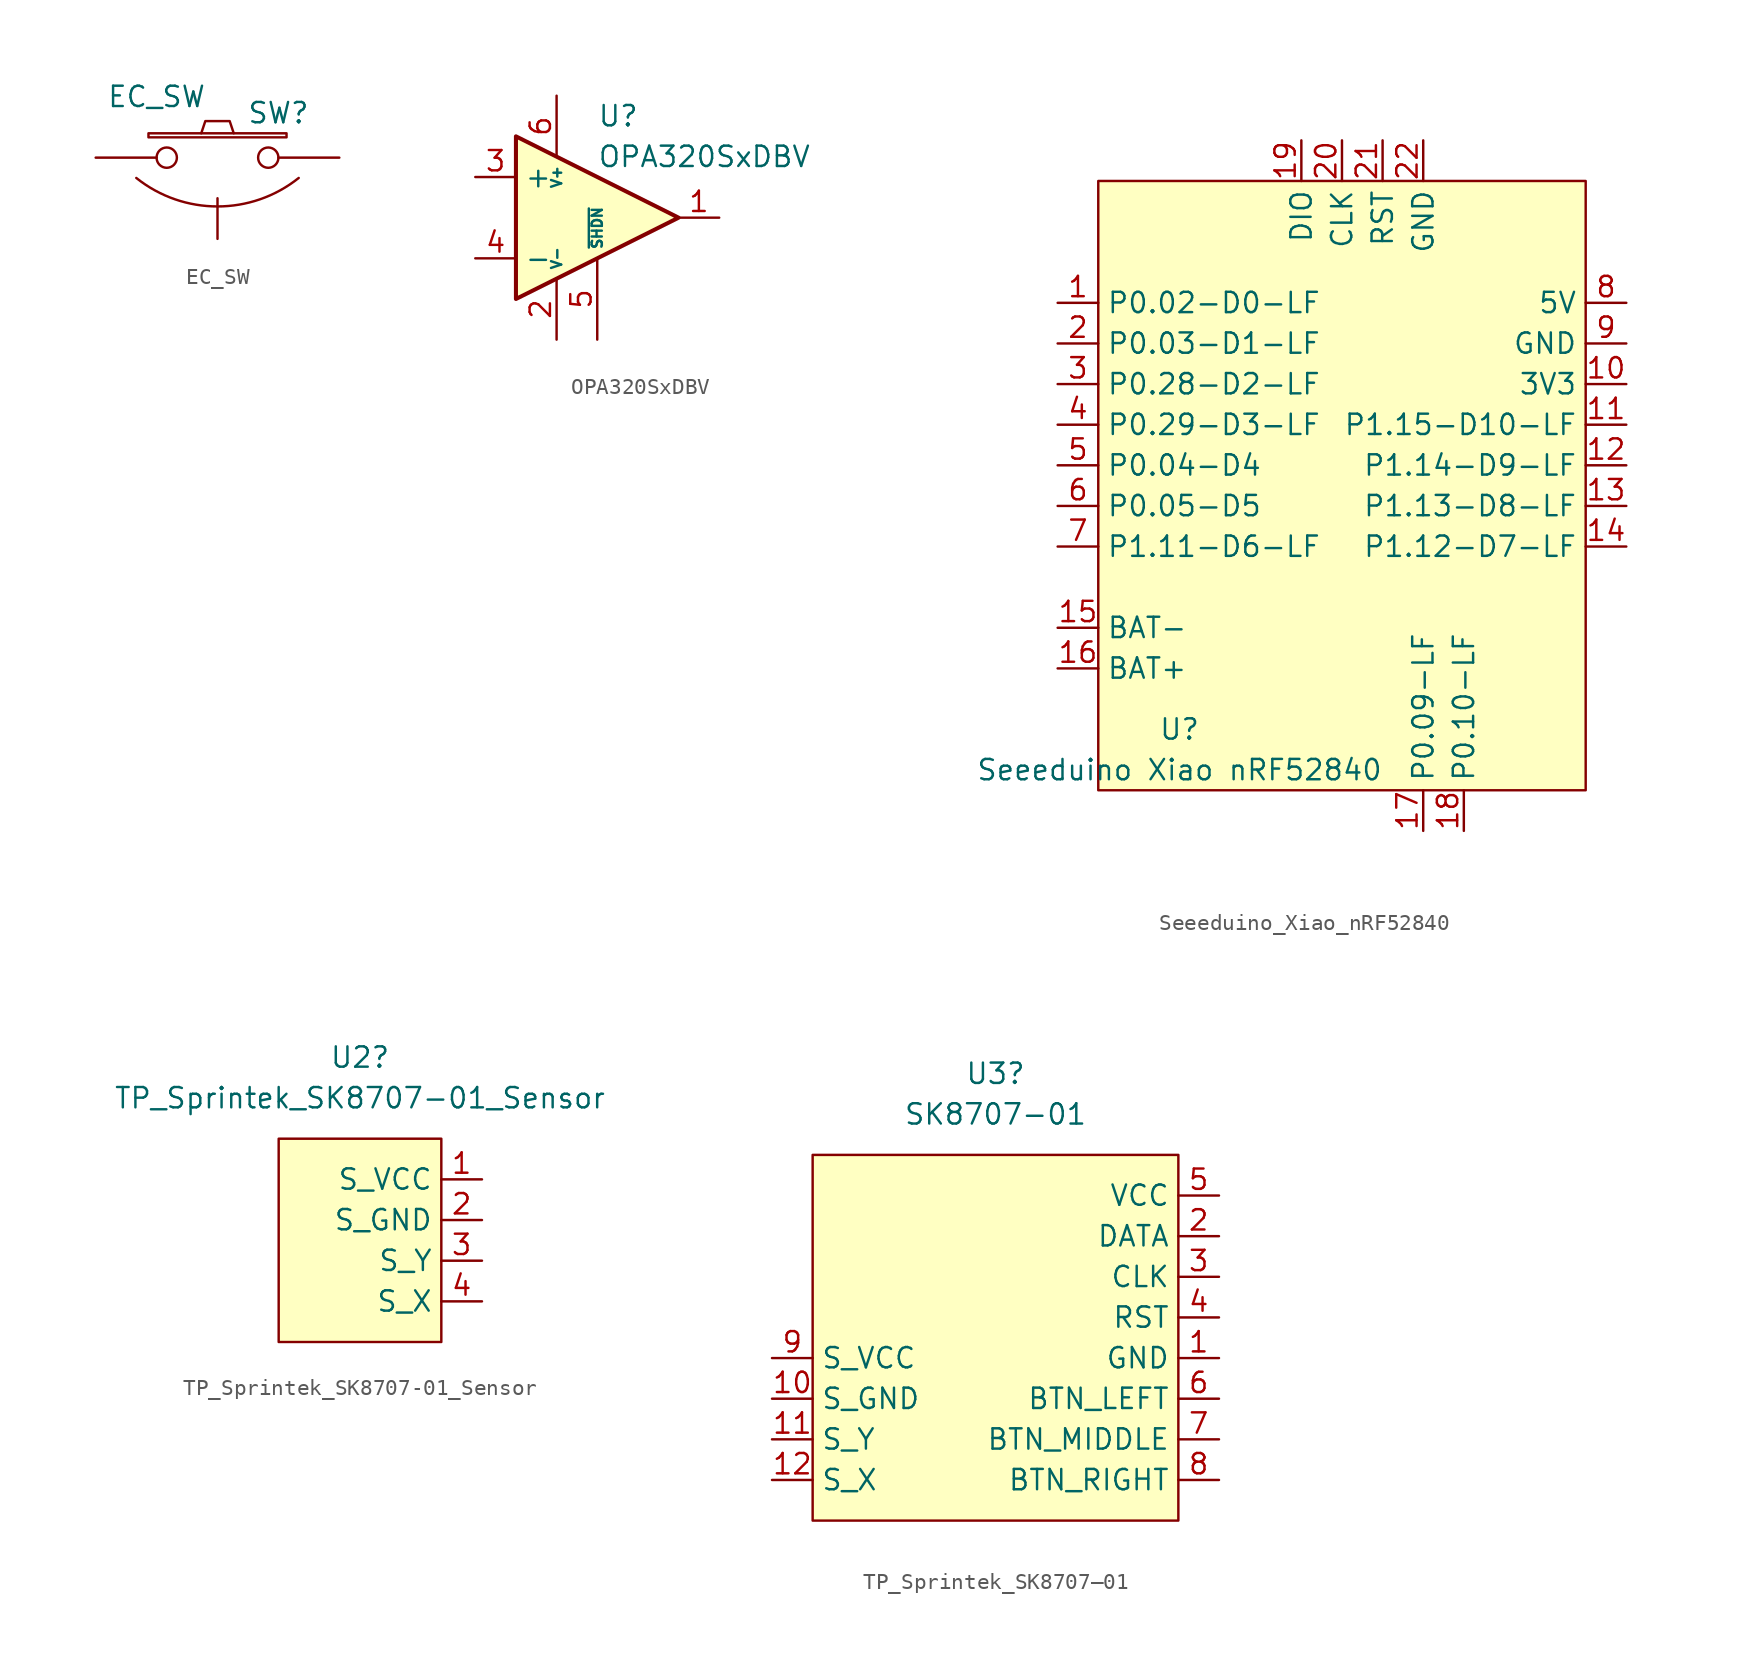
<source format=kicad_sym>
(kicad_symbol_lib
  (version 20231120)
  (generator "kicad_symbol_editor")
  (generator_version "8.0")
  (symbol "EC_SW"
    (pin_numbers hide)
    (pin_names
      (offset 1.016) hide)
    (property "Reference" "SW"
      (at 3.81 2.794 0)
      (effects (font (size 1.27 1.27))))
    (property "Value" "EC_SW"
      (at -3.81 3.81 0)
      (effects (font (size 1.27 1.27))))
    (property "Footprint" ""
      (at 0 0 0)
      (effects (font (size 1.27 1.27))))
    (property "Datasheet" ""
      (at 0 0 0)
      (effects (font (size 1.27 1.27))))
    (symbol "EC_SW_0_1"
      (arc (start -5.08 -1.27) (mid 0 -3.052) (end 5.08 -1.27) (stroke (width 0) (type default)) (fill (type none)))
      (rectangle (start -4.318 1.27) (end 4.318 1.524) (stroke (width 0) (type default)) (fill (type none)))
      (polyline (pts (xy -1.016 1.524) (xy -0.762 2.286) (xy 0.762 2.286) (xy 1.016 1.524)) (stroke (width 0) (type default)) (fill (type none)))
      (pin passive inverted (at -7.62 0 0) (length 5.08) (name "1" (effects (font (size 1.27 1.27)))) (number "1" (effects (font (size 1.27 1.27)))))
      (pin passive inverted (at 7.62 0 180) (length 5.08) (name "2" (effects (font (size 1.27 1.27)))) (number "2" (effects (font (size 1.27 1.27))))))
    (symbol "EC_SW_1_1"
      (pin input line (at 0 -5.08 90) (length 2.54) (name "SG" (effects (font (size 1.27 1.27)))) (number "3" (effects (font (size 1.27 1.27)))))))
  (symbol "OPA320SxDBV"
    (property "Reference" "U"
      (at 0 6.35 0)
      (effects (font (size 1.27 1.27)) (justify left)))
    (property "Value" "OPA320SxDBV"
      (at 0 3.81 0)
      (effects (font (size 1.27 1.27)) (justify left)))
    (symbol "OPA320SxDBV_0_1"
      (polyline (pts (xy 5.08 0) (xy -5.08 5.08) (xy -5.08 -5.08) (xy 5.08 0)) (stroke (width 0.254) (type default)) (fill (type background))))
    (symbol "OPA320SxDBV_1_1"
      (pin output line (at 7.62 0 180) (length 2.54) (name "~" (effects (font (size 1.27 1.27)))) (number "1" (effects (font (size 1.27 1.27)))))
      (pin power_in line (at -2.54 -7.62 90) (length 3.81) (name "V-" (effects (font (size 0.635 0.635)))) (number "2" (effects (font (size 1.27 1.27)))))
      (pin input line (at -7.62 2.54 0) (length 2.54) (name "+" (effects (font (size 1.27 1.27)))) (number "3" (effects (font (size 1.27 1.27)))))
      (pin input line (at -7.62 -2.54 0) (length 2.54) (name "-" (effects (font (size 1.27 1.27)))) (number "4" (effects (font (size 1.27 1.27)))))
      (pin input line (at 0 -7.62 90) (length 5.08) (name "~{SHDN}" (effects (font (size 0.635 0.635)))) (number "5" (effects (font (size 1.27 1.27)))))
      (pin power_in line (at -2.54 7.62 270) (length 3.81) (name "V+" (effects (font (size 0.635 0.635)))) (number "6" (effects (font (size 1.27 1.27)))))))
  (symbol "Seeeduino_Xiao_nRF52840"
    (property "Reference" "U"
      (at -10.16 -12.7 0)
      (effects (font (size 1.27 1.27))))
    (property "Value" "Seeeduino Xiao nRF52840"
      (at -10.16 -15.24 0)
      (effects (font (size 1.27 1.27))))
    (symbol "Seeeduino_Xiao_nRF52840_1_0"
      (pin bidirectional line (at -17.78 13.97 0) (length 2.54) (name "P0.02-D0-LF" (effects (font (size 1.27 1.27)))) (number "1" (effects (font (size 1.27 1.27)))))
      (pin power_out line (at 17.78 8.89 180) (length 2.54) (name "3V3" (effects (font (size 1.27 1.27)))) (number "10" (effects (font (size 1.27 1.27)))))
      (pin bidirectional line (at 17.78 6.35 180) (length 2.54) (name "P1.15-D10-LF" (effects (font (size 1.27 1.27)))) (number "11" (effects (font (size 1.27 1.27)))))
      (pin bidirectional line (at 17.78 3.81 180) (length 2.54) (name "P1.14-D9-LF" (effects (font (size 1.27 1.27)))) (number "12" (effects (font (size 1.27 1.27)))))
      (pin bidirectional line (at 17.78 1.27 180) (length 2.54) (name "P1.13-D8-LF" (effects (font (size 1.27 1.27)))) (number "13" (effects (font (size 1.27 1.27)))))
      (pin bidirectional line (at 17.78 -1.27 180) (length 2.54) (name "P1.12-D7-LF" (effects (font (size 1.27 1.27)))) (number "14" (effects (font (size 1.27 1.27)))))
      (pin power_in line (at -17.78 -6.35 0) (length 2.54) (name "BAT-" (effects (font (size 1.27 1.27)))) (number "15" (effects (font (size 1.27 1.27)))))
      (pin power_in line (at -17.78 -8.89 0) (length 2.54) (name "BAT+" (effects (font (size 1.27 1.27)))) (number "16" (effects (font (size 1.27 1.27)))))
      (pin bidirectional line (at 5.08 -19.05 90) (length 2.54) (name "P0.09-LF" (effects (font (size 1.27 1.27)))) (number "17" (effects (font (size 1.27 1.27)))))
      (pin bidirectional line (at 7.62 -19.05 90) (length 2.54) (name "P0.10-LF" (effects (font (size 1.27 1.27)))) (number "18" (effects (font (size 1.27 1.27)))))
      (pin bidirectional line (at -2.54 24.13 270) (length 2.54) (name "DIO" (effects (font (size 1.27 1.27)))) (number "19" (effects (font (size 1.27 1.27)))))
      (pin bidirectional line (at -17.78 11.43 0) (length 2.54) (name "P0.03-D1-LF" (effects (font (size 1.27 1.27)))) (number "2" (effects (font (size 1.27 1.27)))))
      (pin bidirectional line (at 0 24.13 270) (length 2.54) (name "CLK" (effects (font (size 1.27 1.27)))) (number "20" (effects (font (size 1.27 1.27)))))
      (pin bidirectional line (at 2.54 24.13 270) (length 2.54) (name "RST" (effects (font (size 1.27 1.27)))) (number "21" (effects (font (size 1.27 1.27)))))
      (pin power_out line (at 5.08 24.13 270) (length 2.54) (name "GND" (effects (font (size 1.27 1.27)))) (number "22" (effects (font (size 1.27 1.27)))))
      (pin bidirectional line (at -17.78 8.89 0) (length 2.54) (name "P0.28-D2-LF" (effects (font (size 1.27 1.27)))) (number "3" (effects (font (size 1.27 1.27)))))
      (pin bidirectional line (at -17.78 6.35 0) (length 2.54) (name "P0.29-D3-LF" (effects (font (size 1.27 1.27)))) (number "4" (effects (font (size 1.27 1.27)))))
      (pin bidirectional line (at -17.78 3.81 0) (length 2.54) (name "P0.04-D4" (effects (font (size 1.27 1.27)))) (number "5" (effects (font (size 1.27 1.27)))))
      (pin bidirectional line (at -17.78 1.27 0) (length 2.54) (name "P0.05-D5" (effects (font (size 1.27 1.27)))) (number "6" (effects (font (size 1.27 1.27)))))
      (pin bidirectional line (at -17.78 -1.27 0) (length 2.54) (name "P1.11-D6-LF" (effects (font (size 1.27 1.27)))) (number "7" (effects (font (size 1.27 1.27)))))
      (pin power_out line (at 17.78 13.97 180) (length 2.54) (name "5V" (effects (font (size 1.27 1.27)))) (number "8" (effects (font (size 1.27 1.27)))))
      (pin power_out line (at 17.78 11.43 180) (length 2.54) (name "GND" (effects (font (size 1.27 1.27)))) (number "9" (effects (font (size 1.27 1.27))))))
    (symbol "Seeeduino_Xiao_nRF52840_1_1"
      (rectangle (start -15.24 21.59) (end 15.24 -16.51) (stroke (width 0) (type default)) (fill (type background)))))
  (symbol "TP_Sprintek_SK8707-01_Sensor"
    (property "Reference" "U2"
      (at 0 11.43 0)
      (effects (font (size 1.27 1.27))))
    (property "Value" "TP_Sprintek_SK8707-01_Sensor"
      (at 0 8.89 0)
      (effects (font (size 1.27 1.27))))
    (symbol "TP_Sprintek_SK8707-01_Sensor_1_1"
      (rectangle (start -5.08 6.35) (end 5.08 -6.35) (stroke (width 0) (type default)) (fill (type background)))
      (pin bidirectional line (at 7.62 3.81 180) (length 2.54) (name "S_VCC" (effects (font (size 1.27 1.27)))) (number "1" (effects (font (size 1.27 1.27)))))
      (pin bidirectional line (at 7.62 1.27 180) (length 2.54) (name "S_GND" (effects (font (size 1.27 1.27)))) (number "2" (effects (font (size 1.27 1.27)))))
      (pin bidirectional line (at 7.62 -1.27 180) (length 2.54) (name "S_Y" (effects (font (size 1.27 1.27)))) (number "3" (effects (font (size 1.27 1.27)))))
      (pin bidirectional line (at 7.62 -3.81 180) (length 2.54) (name "S_X" (effects (font (size 1.27 1.27)))) (number "4" (effects (font (size 1.27 1.27)))))))
  (symbol "TP_Sprintek_SK8707–01"
    (property "Reference" "U3"
      (at 0 16.51 0)
      (effects (font (size 1.27 1.27))))
    (property "Value" "SK8707-01"
      (at 0 13.97 0)
      (effects (font (size 1.27 1.27))))
    (symbol "TP_Sprintek_SK8707–01_1_1"
      (rectangle (start -11.43 11.43) (end 11.43 -11.43) (stroke (width 0) (type default)) (fill (type background)))
      (pin power_in line (at 13.97 -1.27 180) (length 2.54) (name "GND" (effects (font (size 1.27 1.27)))) (number "1" (effects (font (size 1.27 1.27)))))
      (pin bidirectional line (at -13.97 -3.81 0) (length 2.54) (name "S_GND" (effects (font (size 1.27 1.27)))) (number "10" (effects (font (size 1.27 1.27)))))
      (pin bidirectional line (at -13.97 -6.35 0) (length 2.54) (name "S_Y" (effects (font (size 1.27 1.27)))) (number "11" (effects (font (size 1.27 1.27)))))
      (pin bidirectional line (at -13.97 -8.89 0) (length 2.54) (name "S_X" (effects (font (size 1.27 1.27)))) (number "12" (effects (font (size 1.27 1.27)))))
      (pin bidirectional line (at 13.97 6.35 180) (length 2.54) (name "DATA" (effects (font (size 1.27 1.27)))) (number "2" (effects (font (size 1.27 1.27)))))
      (pin bidirectional line (at 13.97 3.81 180) (length 2.54) (name "CLK" (effects (font (size 1.27 1.27)))) (number "3" (effects (font (size 1.27 1.27)))))
      (pin input line (at 13.97 1.27 180) (length 2.54) (name "RST" (effects (font (size 1.27 1.27)))) (number "4" (effects (font (size 1.27 1.27)))))
      (pin power_in line (at 13.97 8.89 180) (length 2.54) (name "VCC" (effects (font (size 1.27 1.27)))) (number "5" (effects (font (size 1.27 1.27)))))
      (pin bidirectional line (at 13.97 -3.81 180) (length 2.54) (name "BTN_LEFT" (effects (font (size 1.27 1.27)))) (number "6" (effects (font (size 1.27 1.27)))))
      (pin bidirectional line (at 13.97 -6.35 180) (length 2.54) (name "BTN_MIDDLE" (effects (font (size 1.27 1.27)))) (number "7" (effects (font (size 1.27 1.27)))))
      (pin bidirectional line (at 13.97 -8.89 180) (length 2.54) (name "BTN_RIGHT" (effects (font (size 1.27 1.27)))) (number "8" (effects (font (size 1.27 1.27)))))
      (pin bidirectional line (at -13.97 -1.27 0) (length 2.54) (name "S_VCC" (effects (font (size 1.27 1.27)))) (number "9" (effects (font (size 1.27 1.27))))))))
</source>
